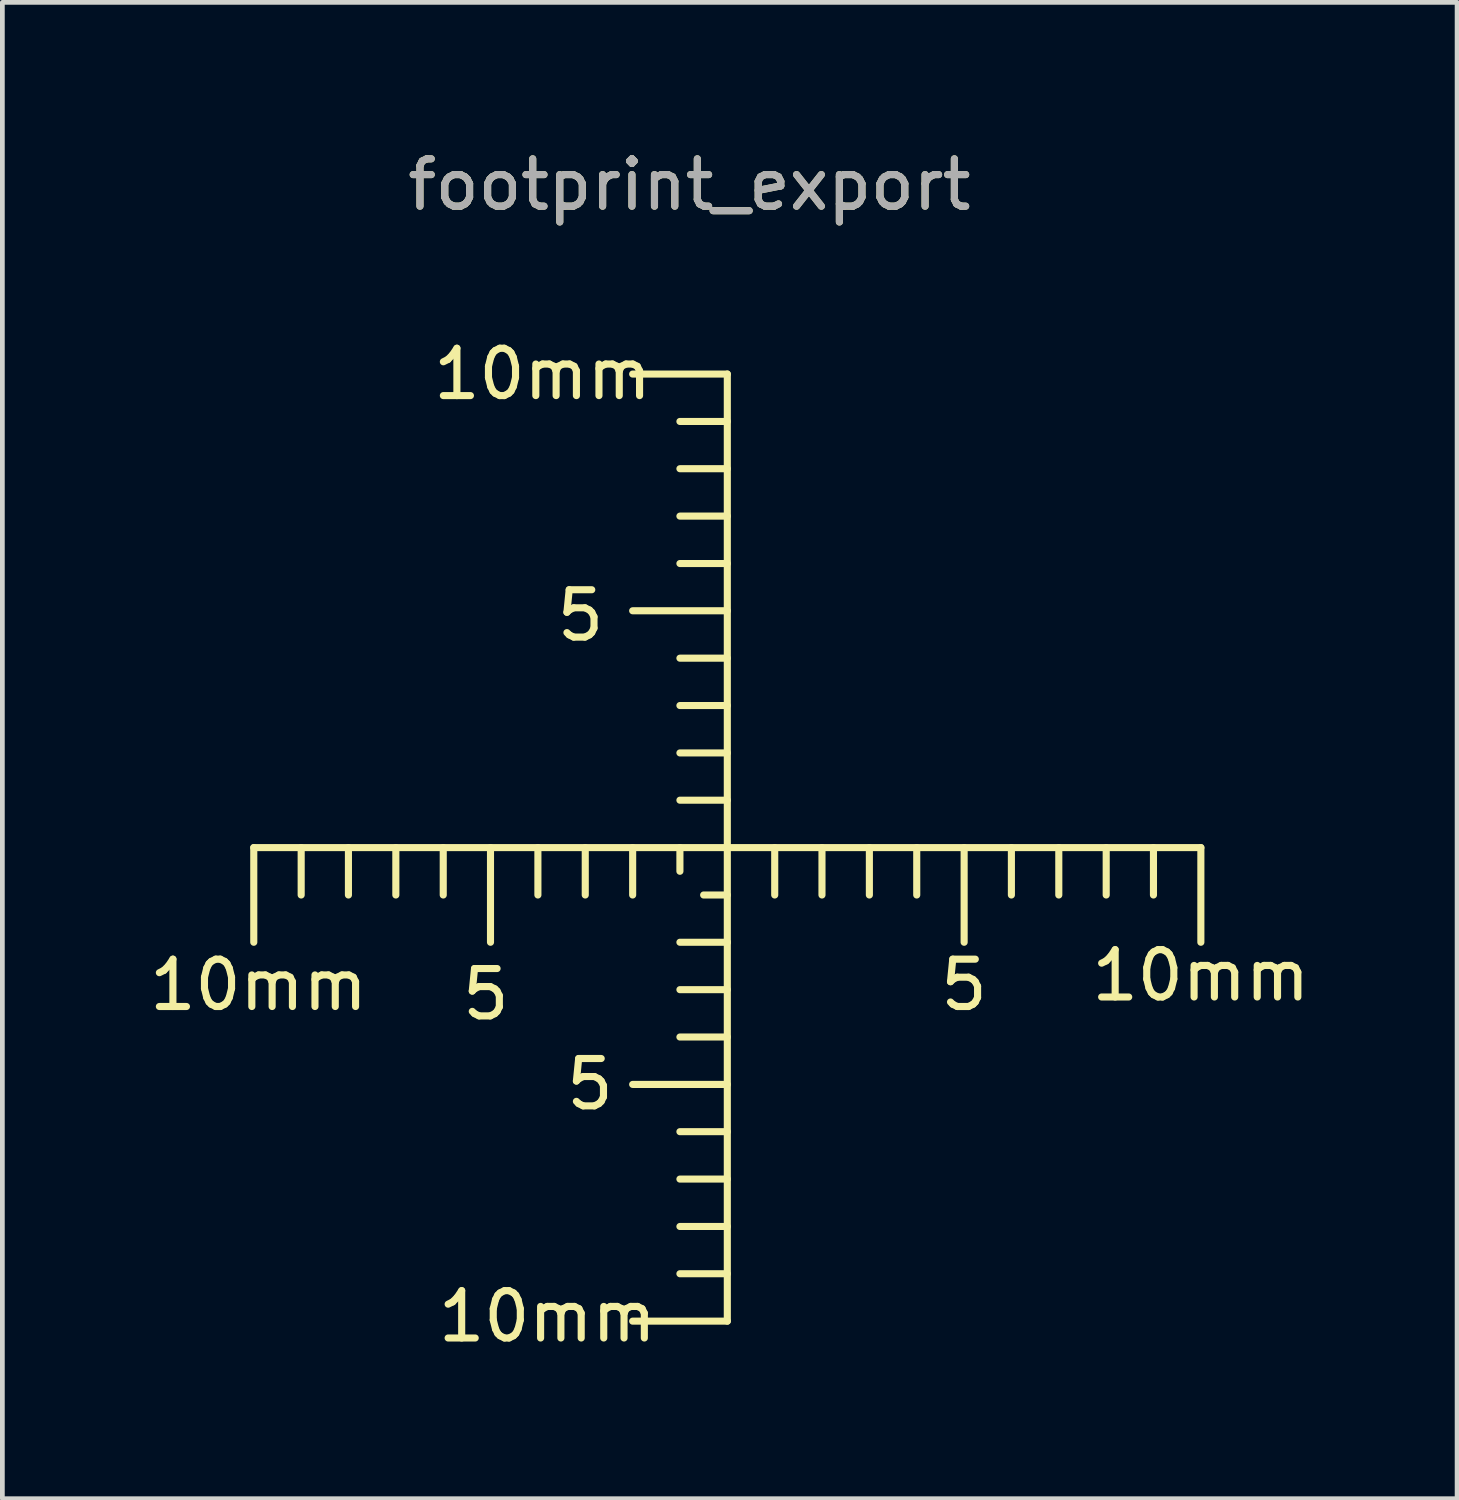
<source format=kicad_pcb>
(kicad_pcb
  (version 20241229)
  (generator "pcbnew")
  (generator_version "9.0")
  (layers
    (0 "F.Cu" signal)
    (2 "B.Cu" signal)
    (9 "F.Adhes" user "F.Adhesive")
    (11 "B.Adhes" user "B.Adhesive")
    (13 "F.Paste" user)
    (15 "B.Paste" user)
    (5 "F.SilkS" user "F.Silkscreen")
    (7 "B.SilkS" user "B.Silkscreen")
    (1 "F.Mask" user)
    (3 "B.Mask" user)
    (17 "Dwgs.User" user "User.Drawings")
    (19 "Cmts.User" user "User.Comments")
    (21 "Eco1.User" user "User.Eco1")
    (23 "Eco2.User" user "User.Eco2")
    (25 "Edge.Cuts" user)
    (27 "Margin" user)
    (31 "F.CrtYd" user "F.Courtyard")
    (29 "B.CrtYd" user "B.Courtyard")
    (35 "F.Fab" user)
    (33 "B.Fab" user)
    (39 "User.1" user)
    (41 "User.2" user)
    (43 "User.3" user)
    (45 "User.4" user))
  (footprint "footprint_export"
    (layer "F.Cu")
    (at 12.309 14.849)
    (property "Reference" "footprint_export" (at -0.8 -14 0) (layer "F.SilkS") (effects (font (size 1 1) (thickness 0.15))))
    (attr exclude_from_pos_files exclude_from_bom)
    (fp_line (start -10 0) (end -10 1.999) (stroke (width 0.15) (type solid)) (layer "F.SilkS"))
    (fp_line (start -8.999 0) (end -8.999 1.001) (stroke (width 0.15) (type solid)) (layer "F.SilkS"))
    (fp_line (start -8.001 0) (end -8.001 1.001) (stroke (width 0.15) (type solid)) (layer "F.SilkS"))
    (fp_line (start -7 0) (end -7 1.001) (stroke (width 0.15) (type solid)) (layer "F.SilkS"))
    (fp_line (start -5.999 0) (end -5.999 1.001) (stroke (width 0.15) (type solid)) (layer "F.SilkS"))
    (fp_line (start -5.001 0) (end -5.001 1.999) (stroke (width 0.15) (type solid)) (layer "F.SilkS"))
    (fp_line (start -4 0) (end -4 1.001) (stroke (width 0.15) (type solid)) (layer "F.SilkS"))
    (fp_line (start -3 0) (end -3 1.001) (stroke (width 0.15) (type solid)) (layer "F.SilkS"))
    (fp_line (start -1.999 0) (end -1.999 1.001) (stroke (width 0.15) (type solid)) (layer "F.SilkS"))
    (fp_line (start -1.001 0) (end -1.001 0.5) (stroke (width 0.15) (type solid)) (layer "F.SilkS"))
    (fp_line (start 0 -10) (end -1.999 -10) (stroke (width 0.15) (type solid)) (layer "F.SilkS"))
    (fp_line (start 0 -8.999) (end -1.001 -8.999) (stroke (width 0.15) (type solid)) (layer "F.SilkS"))
    (fp_line (start 0 -8.001) (end -1.001 -8.001) (stroke (width 0.15) (type solid)) (layer "F.SilkS"))
    (fp_line (start 0 -7) (end -1.001 -7) (stroke (width 0.15) (type solid)) (layer "F.SilkS"))
    (fp_line (start 0 -5.999) (end -1.001 -5.999) (stroke (width 0.15) (type solid)) (layer "F.SilkS"))
    (fp_line (start 0 -5.001) (end -1.999 -5.001) (stroke (width 0.15) (type solid)) (layer "F.SilkS"))
    (fp_line (start 0 -4) (end -1.001 -4) (stroke (width 0.15) (type solid)) (layer "F.SilkS"))
    (fp_line (start 0 -3) (end -1.001 -3) (stroke (width 0.15) (type solid)) (layer "F.SilkS"))
    (fp_line (start 0 -1.999) (end -1.001 -1.999) (stroke (width 0.15) (type solid)) (layer "F.SilkS"))
    (fp_line (start 0 -1.001) (end -1.001 -1.001) (stroke (width 0.15) (type solid)) (layer "F.SilkS"))
    (fp_line (start 0 0) (end -10 0) (stroke (width 0.15) (type solid)) (layer "F.SilkS"))
    (fp_line (start 0 0) (end 0 -10) (stroke (width 0.15) (type solid)) (layer "F.SilkS"))
    (fp_line (start 0 0) (end 0 1.999) (stroke (width 0.15) (type solid)) (layer "F.SilkS"))
    (fp_line (start 0 0) (end 10 0) (stroke (width 0.15) (type solid)) (layer "F.SilkS"))
    (fp_line (start 0 1.001) (end -0.5 1.001) (stroke (width 0.15) (type solid)) (layer "F.SilkS"))
    (fp_line (start 0 1.999) (end -1.001 1.999) (stroke (width 0.15) (type solid)) (layer "F.SilkS"))
    (fp_line (start 0 1.999) (end 0 10) (stroke (width 0.15) (type solid)) (layer "F.SilkS"))
    (fp_line (start 0 3) (end -1.001 3) (stroke (width 0.15) (type solid)) (layer "F.SilkS"))
    (fp_line (start 0 4) (end -1.001 4) (stroke (width 0.15) (type solid)) (layer "F.SilkS"))
    (fp_line (start 0 5.001) (end -1.999 5.001) (stroke (width 0.15) (type solid)) (layer "F.SilkS"))
    (fp_line (start 0 5.999) (end -1.001 5.999) (stroke (width 0.15) (type solid)) (layer "F.SilkS"))
    (fp_line (start 0 7) (end -1.001 7) (stroke (width 0.15) (type solid)) (layer "F.SilkS"))
    (fp_line (start 0 8.001) (end -1.001 8.001) (stroke (width 0.15) (type solid)) (layer "F.SilkS"))
    (fp_line (start 0 8.999) (end -1.001 8.999) (stroke (width 0.15) (type solid)) (layer "F.SilkS"))
    (fp_line (start 0 10) (end -1.999 10) (stroke (width 0.15) (type solid)) (layer "F.SilkS"))
    (fp_line (start 1.001 0) (end 1.001 1.001) (stroke (width 0.15) (type solid)) (layer "F.SilkS"))
    (fp_line (start 1.999 0) (end 1.999 1.001) (stroke (width 0.15) (type solid)) (layer "F.SilkS"))
    (fp_line (start 3 0) (end 3 1.001) (stroke (width 0.15) (type solid)) (layer "F.SilkS"))
    (fp_line (start 4 0) (end 4 1.001) (stroke (width 0.15) (type solid)) (layer "F.SilkS"))
    (fp_line (start 5.001 0) (end 5.001 1.999) (stroke (width 0.15) (type solid)) (layer "F.SilkS"))
    (fp_line (start 5.999 0) (end 5.999 1.001) (stroke (width 0.15) (type solid)) (layer "F.SilkS"))
    (fp_line (start 7 0) (end 7 1.001) (stroke (width 0.15) (type solid)) (layer "F.SilkS"))
    (fp_line (start 8.001 0) (end 8.001 1.001) (stroke (width 0.15) (type solid)) (layer "F.SilkS"))
    (fp_line (start 8.999 0) (end 8.999 1.001) (stroke (width 0.15) (type solid)) (layer "F.SilkS"))
    (fp_line (start 10 0) (end 10 1.999) (stroke (width 0.15) (type solid)) (layer "F.SilkS"))
    (fp_text user "10mm" (at -3.8 9.901 0) (layer "F.SilkS") (effects (font (size 1 1) (thickness 0.15))))
    (fp_text user "5" (at -2.901 4.999 0) (layer "F.SilkS") (effects (font (size 1 1) (thickness 0.15))))
    (fp_text user "5" (at -5.1 3.099 0) (layer "F.SilkS") (effects (font (size 1 1) (thickness 0.15))))
    (fp_text user "5" (at 4.999 2.901 0) (layer "F.SilkS") (effects (font (size 1 1) (thickness 0.15))))
    (fp_text user "10mm" (at -3.901 -10 0) (layer "F.SilkS") (effects (font (size 1 1) (thickness 0.15))))
    (fp_text user "10mm" (at -9.898 2.901 0) (layer "F.SilkS") (effects (font (size 1 1) (thickness 0.15))))
    (fp_text user "10mm" (at 10 2.7 0) (layer "F.SilkS") (effects (font (size 1 1) (thickness 0.15))))
    (fp_text user "5" (at -3.101 -4.9 0) (layer "F.SilkS") (effects (font (size 1 1) (thickness 0.15))))
    (fp_text user "${REFERENCE}" (at -0.8 -14 0) (layer "F.Fab") (effects (font (size 1 1) (thickness 0.15)))))
  (gr_rect
    (start -3 -3)
    (end 27.72 28.598)
    (stroke (width 0.1) (type default))
    (fill no)
    (layer "Edge.Cuts")))
</source>
